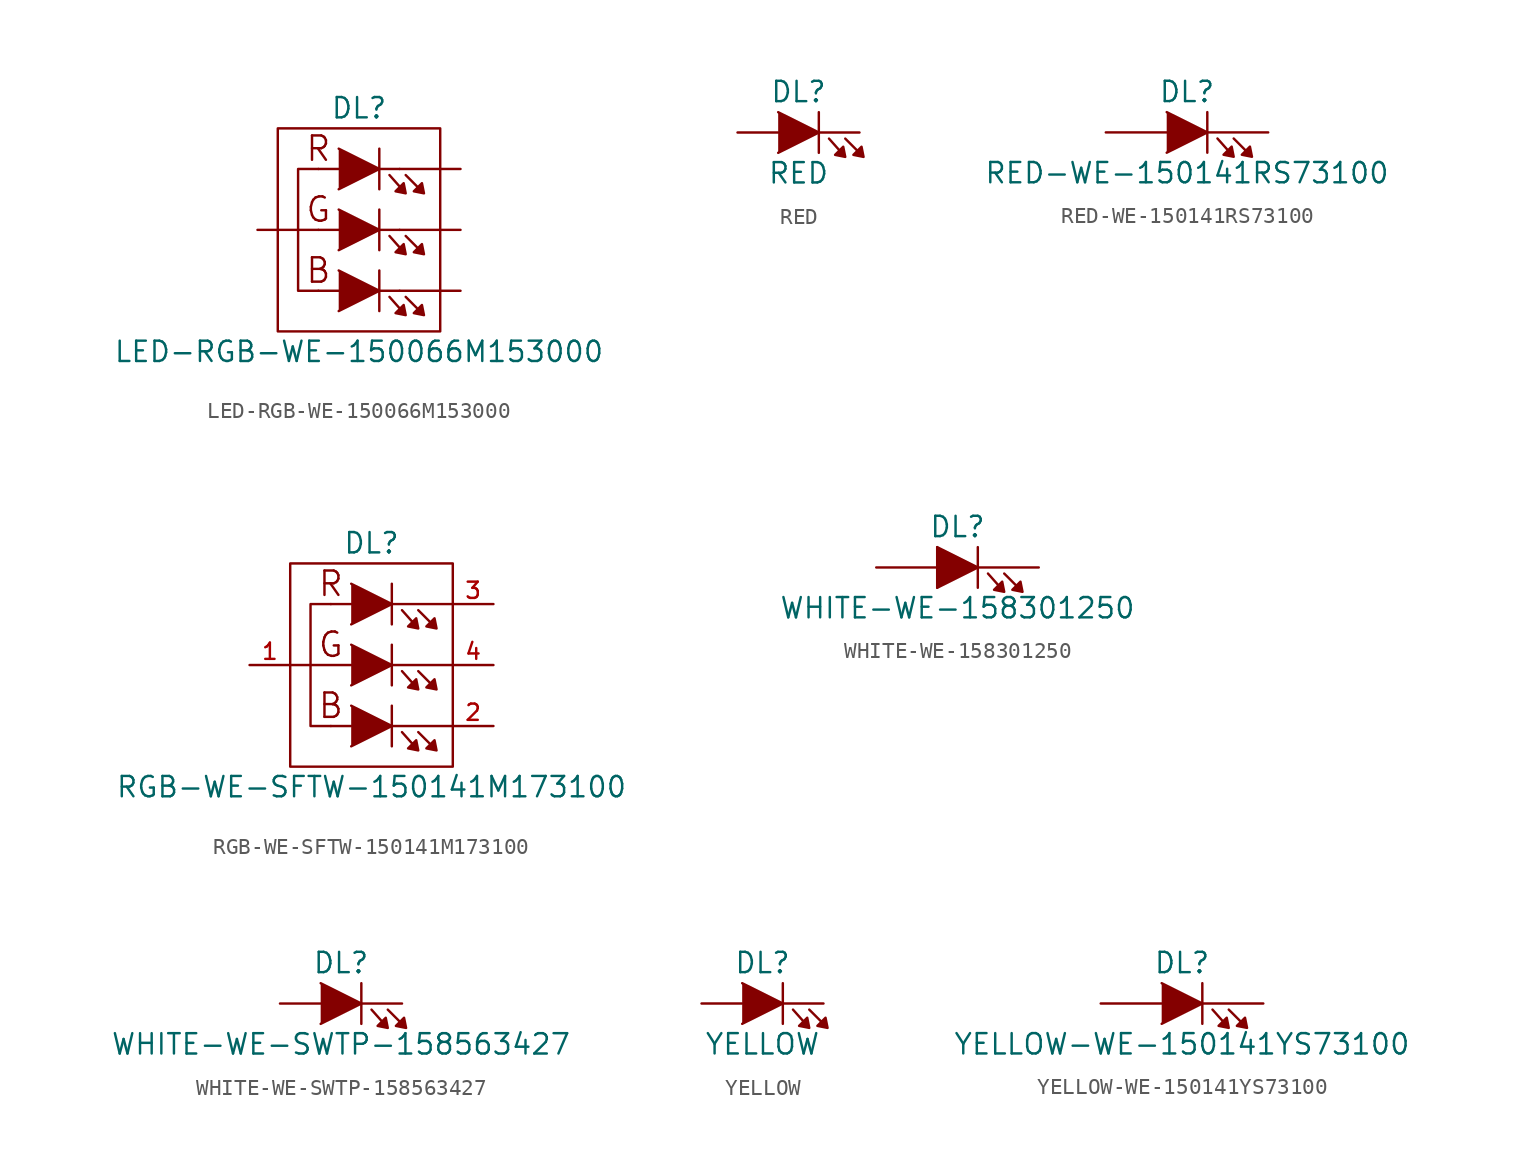
<source format=kicad_sym>
(kicad_symbol_lib
  (version 20201005)
  (generator kicad_symbol_editor)
  (symbol "LED-RGB-WE-150066M153000"
    (pin_numbers hide)
    (pin_names
      (offset 1.016) hide)
    (property "Reference" "DL"
      (at 0 7.62 0)
      (effects (font (size 1.27 1.27))))
    (property "Value" "LED-RGB-WE-150066M153000"
      (at 0 -7.62 0)
      (effects (font (size 1.27 1.27))))
    (symbol "LED-RGB-WE-150066M153000_0_0"
      (text "B" (at -2.54 -2.54 0) (effects (font (size 1.524 1.524))))
      (text "G" (at -2.54 1.27 0) (effects (font (size 1.524 1.524))))
      (text "R" (at -2.54 5.08 0) (effects (font (size 1.524 1.524)))))
    (symbol "LED-RGB-WE-150066M153000_0_1"
      (rectangle (start -5.08 6.35) (end 5.08 -6.35) (stroke (width 0)) (fill (type none)))
      (polyline (pts (xy -2.54 -3.81) (xy -1.27 -3.81)) (stroke (width 0)) (fill (type none)))
      (polyline (pts (xy -2.54 0) (xy -1.27 0)) (stroke (width 0)) (fill (type none)))
      (polyline (pts (xy -2.54 3.81) (xy -1.27 3.81)) (stroke (width 0)) (fill (type none)))
      (polyline (pts (xy 1.27 -2.54) (xy 1.27 -5.08)) (stroke (width 0)) (fill (type none)))
      (polyline (pts (xy 1.27 1.27) (xy 1.27 -1.27)) (stroke (width 0)) (fill (type none)))
      (polyline (pts (xy 1.27 3.81) (xy 2.54 3.81)) (stroke (width 0)) (fill (type none)))
      (polyline (pts (xy 1.27 5.08) (xy 1.27 2.54)) (stroke (width 0)) (fill (type none)))
      (polyline (pts (xy 2.54 -3.81) (xy 1.27 -3.81)) (stroke (width 0)) (fill (type none)))
      (polyline (pts (xy 2.54 0) (xy 1.27 0)) (stroke (width 0)) (fill (type none)))
      (polyline (pts (xy -1.27 -2.54) (xy 1.27 -3.81) (xy -1.27 -5.08)) (stroke (width 0)) (fill (type outline)))
      (polyline (pts (xy -1.27 1.27) (xy 1.27 0) (xy -1.27 -1.27)) (stroke (width 0)) (fill (type outline)))
      (polyline (pts (xy -1.27 5.08) (xy 1.27 3.81) (xy -1.27 2.54)) (stroke (width 0)) (fill (type outline)))
      (polyline (pts (xy -2.54 3.81) (xy -3.81 3.81) (xy -3.81 0) (xy -3.81 -3.81) (xy -2.54 -3.81)) (stroke (width 0)) (fill (type none)))
      (polyline (pts (xy 1.905 -4.191) (xy 2.921 -5.334) (xy 2.794 -4.699) (xy 2.286 -5.207) (xy 2.921 -5.334)) (stroke (width 0)) (fill (type outline)))
      (polyline (pts (xy 1.905 -0.381) (xy 2.921 -1.524) (xy 2.794 -0.889) (xy 2.286 -1.397) (xy 2.921 -1.524)) (stroke (width 0)) (fill (type outline)))
      (polyline (pts (xy 1.905 3.429) (xy 2.921 2.286) (xy 2.794 2.921) (xy 2.286 2.413) (xy 2.921 2.286)) (stroke (width 0)) (fill (type outline)))
      (polyline (pts (xy 2.921 -4.191) (xy 4.064 -5.334) (xy 3.937 -4.699) (xy 3.429 -5.207) (xy 4.064 -5.334)) (stroke (width 0)) (fill (type outline)))
      (polyline (pts (xy 2.921 -0.381) (xy 4.064 -1.524) (xy 3.937 -0.889) (xy 3.429 -1.397) (xy 4.064 -1.524)) (stroke (width 0)) (fill (type outline)))
      (polyline (pts (xy 2.921 3.429) (xy 4.064 2.286) (xy 3.937 2.921) (xy 3.429 2.413) (xy 4.064 2.286)) (stroke (width 0)) (fill (type outline))))
    (symbol "LED-RGB-WE-150066M153000_1_1"
      (pin passive line (at 6.35 3.81 180) (length 3.81) (name "RK" (effects (font (size 1.016 1.016)))) (number "1" (effects (font (size 1.016 1.016)))))
      (pin passive line (at 6.35 0 180) (length 3.81) (name "GK" (effects (font (size 1.016 1.016)))) (number "2" (effects (font (size 1.016 1.016)))))
      (pin passive line (at 6.35 -3.81 180) (length 3.81) (name "BK" (effects (font (size 1.016 1.016)))) (number "3" (effects (font (size 1.016 1.016)))))
      (pin passive line (at -6.35 0 0) (length 3.81) (name "A" (effects (font (size 1.016 1.016)))) (number "4" (effects (font (size 1.016 1.016)))))))
  (symbol "RED"
    (pin_numbers hide)
    (pin_names
      (offset 1.016) hide)
    (property "Reference" "DL"
      (at 0 2.54 0)
      (effects (font (size 1.27 1.27))))
    (property "Value" "RED"
      (at 0 -2.54 0)
      (effects (font (size 1.27 1.27))))
    (symbol "RED_0_1"
      (polyline (pts (xy 1.27 1.27) (xy 1.27 -1.27)) (stroke (width 0)) (fill (type none)))
      (polyline (pts (xy -1.27 1.27) (xy 1.27 0) (xy -1.27 -1.27)) (stroke (width 0)) (fill (type outline)))
      (polyline (pts (xy 1.905 -0.381) (xy 2.921 -1.524) (xy 2.794 -0.889) (xy 2.286 -1.397) (xy 2.921 -1.524)) (stroke (width 0)) (fill (type outline)))
      (polyline (pts (xy 2.921 -0.381) (xy 4.064 -1.524) (xy 3.937 -0.889) (xy 3.429 -1.397) (xy 4.064 -1.524)) (stroke (width 0)) (fill (type outline))))
    (symbol "RED_1_1"
      (pin passive line (at -3.81 0 0) (length 2.54) (name "A" (effects (font (size 1.016 1.016)))) (number "1" (effects (font (size 1.016 1.016)))))
      (pin passive line (at 3.81 0 180) (length 2.54) (name "K" (effects (font (size 1.016 1.016)))) (number "2" (effects (font (size 1.016 1.016)))))))
  (symbol "RED-WE-150141RS73100"
    (pin_numbers hide)
    (pin_names
      (offset 1.016) hide)
    (property "Reference" "DL"
      (at 0 2.54 0)
      (effects (font (size 1.27 1.27))))
    (property "Value" "RED-WE-150141RS73100"
      (at 0 -2.54 0)
      (effects (font (size 1.27 1.27))))
    (symbol "RED-WE-150141RS73100_0_1"
      (polyline (pts (xy 1.27 1.27) (xy 1.27 -1.27)) (stroke (width 0)) (fill (type none)))
      (polyline (pts (xy -1.27 1.27) (xy 1.27 0) (xy -1.27 -1.27)) (stroke (width 0)) (fill (type outline)))
      (polyline (pts (xy 1.905 -0.381) (xy 2.921 -1.524) (xy 2.794 -0.889) (xy 2.286 -1.397) (xy 2.921 -1.524)) (stroke (width 0)) (fill (type outline)))
      (polyline (pts (xy 2.921 -0.381) (xy 4.064 -1.524) (xy 3.937 -0.889) (xy 3.429 -1.397) (xy 4.064 -1.524)) (stroke (width 0)) (fill (type outline))))
    (symbol "RED-WE-150141RS73100_1_1"
      (pin passive line (at 5.08 0 180) (length 3.81) (name "K" (effects (font (size 1.016 1.016)))) (number "1" (effects (font (size 1.016 1.016)))))
      (pin passive line (at -5.08 0 0) (length 3.81) (name "A" (effects (font (size 1.016 1.016)))) (number "2" (effects (font (size 1.016 1.016)))))))
  (symbol "RGB-WE-SFTW-150141M173100"
    (pin_names
      (offset 1.016) hide)
    (property "Reference" "DL"
      (at 0 7.62 0)
      (effects (font (size 1.27 1.27))))
    (property "Value" "RGB-WE-SFTW-150141M173100"
      (at 0 -7.62 0)
      (effects (font (size 1.27 1.27))))
    (symbol "RGB-WE-SFTW-150141M173100_0_0"
      (text "B" (at -2.54 -2.54 0) (effects (font (size 1.524 1.524))))
      (text "G" (at -2.54 1.27 0) (effects (font (size 1.524 1.524))))
      (text "R" (at -2.54 5.08 0) (effects (font (size 1.524 1.524)))))
    (symbol "RGB-WE-SFTW-150141M173100_0_1"
      (rectangle (start -5.08 6.35) (end 5.08 -6.35) (stroke (width 0)) (fill (type none)))
      (polyline (pts (xy -5.08 0) (xy -1.27 0)) (stroke (width 0)) (fill (type none)))
      (polyline (pts (xy -2.54 -3.81) (xy -1.27 -3.81)) (stroke (width 0)) (fill (type none)))
      (polyline (pts (xy -2.54 3.81) (xy -1.27 3.81)) (stroke (width 0)) (fill (type none)))
      (polyline (pts (xy 1.27 -2.54) (xy 1.27 -5.08)) (stroke (width 0)) (fill (type none)))
      (polyline (pts (xy 1.27 1.27) (xy 1.27 -1.27)) (stroke (width 0)) (fill (type none)))
      (polyline (pts (xy 1.27 3.81) (xy 5.08 3.81)) (stroke (width 0)) (fill (type none)))
      (polyline (pts (xy 1.27 5.08) (xy 1.27 2.54)) (stroke (width 0)) (fill (type none)))
      (polyline (pts (xy 5.08 -3.81) (xy 1.27 -3.81)) (stroke (width 0)) (fill (type none)))
      (polyline (pts (xy 5.08 0) (xy 1.27 0)) (stroke (width 0)) (fill (type none)))
      (polyline (pts (xy -1.27 -2.54) (xy 1.27 -3.81) (xy -1.27 -5.08)) (stroke (width 0)) (fill (type outline)))
      (polyline (pts (xy -1.27 1.27) (xy 1.27 0) (xy -1.27 -1.27)) (stroke (width 0)) (fill (type outline)))
      (polyline (pts (xy -1.27 5.08) (xy 1.27 3.81) (xy -1.27 2.54)) (stroke (width 0)) (fill (type outline)))
      (polyline (pts (xy -2.54 3.81) (xy -3.81 3.81) (xy -3.81 0) (xy -3.81 -3.81) (xy -2.54 -3.81)) (stroke (width 0)) (fill (type none)))
      (polyline (pts (xy 1.905 -4.191) (xy 2.921 -5.334) (xy 2.794 -4.699) (xy 2.286 -5.207) (xy 2.921 -5.334)) (stroke (width 0)) (fill (type outline)))
      (polyline (pts (xy 1.905 -0.381) (xy 2.921 -1.524) (xy 2.794 -0.889) (xy 2.286 -1.397) (xy 2.921 -1.524)) (stroke (width 0)) (fill (type outline)))
      (polyline (pts (xy 1.905 3.429) (xy 2.921 2.286) (xy 2.794 2.921) (xy 2.286 2.413) (xy 2.921 2.286)) (stroke (width 0)) (fill (type outline)))
      (polyline (pts (xy 2.921 -4.191) (xy 4.064 -5.334) (xy 3.937 -4.699) (xy 3.429 -5.207) (xy 4.064 -5.334)) (stroke (width 0)) (fill (type outline)))
      (polyline (pts (xy 2.921 -0.381) (xy 4.064 -1.524) (xy 3.937 -0.889) (xy 3.429 -1.397) (xy 4.064 -1.524)) (stroke (width 0)) (fill (type outline)))
      (polyline (pts (xy 2.921 3.429) (xy 4.064 2.286) (xy 3.937 2.921) (xy 3.429 2.413) (xy 4.064 2.286)) (stroke (width 0)) (fill (type outline))))
    (symbol "RGB-WE-SFTW-150141M173100_1_1"
      (pin passive line (at -7.62 0 0) (length 2.54) (name "A" (effects (font (size 1.016 1.016)))) (number "1" (effects (font (size 1.016 1.016)))))
      (pin passive line (at 7.62 -3.81 180) (length 2.54) (name "BK" (effects (font (size 1.016 1.016)))) (number "2" (effects (font (size 1.016 1.016)))))
      (pin passive line (at 7.62 3.81 180) (length 2.54) (name "RK" (effects (font (size 1.016 1.016)))) (number "3" (effects (font (size 1.016 1.016)))))
      (pin passive line (at 7.62 0 180) (length 2.54) (name "GK" (effects (font (size 1.016 1.016)))) (number "4" (effects (font (size 1.016 1.016)))))))
  (symbol "WHITE-WE-158301250"
    (pin_numbers hide)
    (pin_names
      (offset 1.016) hide)
    (property "Reference" "DL"
      (at 0 2.54 0)
      (effects (font (size 1.27 1.27))))
    (property "Value" "WHITE-WE-158301250"
      (at 0 -2.54 0)
      (effects (font (size 1.27 1.27))))
    (symbol "WHITE-WE-158301250_0_1"
      (polyline (pts (xy -1.27 1.27) (xy -1.27 -1.27)) (stroke (width 0)) (fill (type none)))
      (polyline (pts (xy 1.27 1.27) (xy 1.27 -1.27)) (stroke (width 0)) (fill (type none)))
      (polyline (pts (xy -1.27 1.27) (xy 1.27 0) (xy -1.27 -1.27)) (stroke (width 0)) (fill (type outline)))
      (polyline (pts (xy 1.905 -0.381) (xy 2.921 -1.524) (xy 2.794 -0.889) (xy 2.286 -1.397) (xy 2.921 -1.524)) (stroke (width 0)) (fill (type outline)))
      (polyline (pts (xy 2.921 -0.381) (xy 4.064 -1.524) (xy 3.937 -0.889) (xy 3.429 -1.397) (xy 4.064 -1.524)) (stroke (width 0)) (fill (type outline))))
    (symbol "WHITE-WE-158301250_1_1"
      (pin passive line (at 5.08 0 180) (length 3.81) (name "K" (effects (font (size 1.016 1.016)))) (number "1" (effects (font (size 1.016 1.016)))))
      (pin passive line (at -5.08 0 0) (length 3.81) (name "A" (effects (font (size 1.016 1.016)))) (number "2" (effects (font (size 1.016 1.016)))))))
  (symbol "WHITE-WE-SWTP-158563427"
    (pin_numbers hide)
    (pin_names
      (offset 1.016) hide)
    (property "Reference" "DL"
      (at 0 2.54 0)
      (effects (font (size 1.27 1.27))))
    (property "Value" "WHITE-WE-SWTP-158563427"
      (at 0 -2.54 0)
      (effects (font (size 1.27 1.27))))
    (symbol "WHITE-WE-SWTP-158563427_0_1"
      (polyline (pts (xy 1.27 1.27) (xy 1.27 -1.27)) (stroke (width 0)) (fill (type none)))
      (polyline (pts (xy -1.27 1.27) (xy 1.27 0) (xy -1.27 -1.27)) (stroke (width 0)) (fill (type outline)))
      (polyline (pts (xy 1.905 -0.381) (xy 2.921 -1.524) (xy 2.794 -0.889) (xy 2.286 -1.397) (xy 2.921 -1.524)) (stroke (width 0)) (fill (type outline)))
      (polyline (pts (xy 2.921 -0.381) (xy 4.064 -1.524) (xy 3.937 -0.889) (xy 3.429 -1.397) (xy 4.064 -1.524)) (stroke (width 0)) (fill (type outline))))
    (symbol "WHITE-WE-SWTP-158563427_1_1"
      (pin passive line (at -3.81 0 0) (length 2.54) (name "A" (effects (font (size 1.016 1.016)))) (number "1" (effects (font (size 1.016 1.016)))))
      (pin passive line (at 3.81 0 180) (length 2.54) (name "K" (effects (font (size 1.016 1.016)))) (number "2" (effects (font (size 1.016 1.016)))))))
  (symbol "YELLOW"
    (pin_numbers hide)
    (pin_names
      (offset 1.016) hide)
    (property "Reference" "DL"
      (at 0 2.54 0)
      (effects (font (size 1.27 1.27))))
    (property "Value" "YELLOW"
      (at 0 -2.54 0)
      (effects (font (size 1.27 1.27))))
    (symbol "YELLOW_0_1"
      (polyline (pts (xy 1.27 1.27) (xy 1.27 -1.27)) (stroke (width 0)) (fill (type none)))
      (polyline (pts (xy -1.27 1.27) (xy 1.27 0) (xy -1.27 -1.27)) (stroke (width 0)) (fill (type outline)))
      (polyline (pts (xy 1.905 -0.381) (xy 2.921 -1.524) (xy 2.794 -0.889) (xy 2.286 -1.397) (xy 2.921 -1.524)) (stroke (width 0)) (fill (type outline)))
      (polyline (pts (xy 2.921 -0.381) (xy 4.064 -1.524) (xy 3.937 -0.889) (xy 3.429 -1.397) (xy 4.064 -1.524)) (stroke (width 0)) (fill (type outline))))
    (symbol "YELLOW_1_1"
      (pin passive line (at -3.81 0 0) (length 2.54) (name "A" (effects (font (size 1.016 1.016)))) (number "1" (effects (font (size 1.016 1.016)))))
      (pin passive line (at 3.81 0 180) (length 2.54) (name "K" (effects (font (size 1.016 1.016)))) (number "2" (effects (font (size 1.016 1.016)))))))
  (symbol "YELLOW-WE-150141YS73100"
    (pin_numbers hide)
    (pin_names
      (offset 1.016) hide)
    (property "Reference" "DL"
      (at 0 2.54 0)
      (effects (font (size 1.27 1.27))))
    (property "Value" "YELLOW-WE-150141YS73100"
      (at 0 -2.54 0)
      (effects (font (size 1.27 1.27))))
    (symbol "YELLOW-WE-150141YS73100_0_1"
      (polyline (pts (xy 1.27 1.27) (xy 1.27 -1.27)) (stroke (width 0)) (fill (type none)))
      (polyline (pts (xy -1.27 1.27) (xy 1.27 0) (xy -1.27 -1.27)) (stroke (width 0)) (fill (type outline)))
      (polyline (pts (xy 1.905 -0.381) (xy 2.921 -1.524) (xy 2.794 -0.889) (xy 2.286 -1.397) (xy 2.921 -1.524)) (stroke (width 0)) (fill (type outline)))
      (polyline (pts (xy 2.921 -0.381) (xy 4.064 -1.524) (xy 3.937 -0.889) (xy 3.429 -1.397) (xy 4.064 -1.524)) (stroke (width 0)) (fill (type outline))))
    (symbol "YELLOW-WE-150141YS73100_1_1"
      (pin passive line (at 5.08 0 180) (length 3.81) (name "K" (effects (font (size 1.016 1.016)))) (number "1" (effects (font (size 1.016 1.016)))))
      (pin passive line (at -5.08 0 0) (length 3.81) (name "A" (effects (font (size 1.016 1.016)))) (number "2" (effects (font (size 1.016 1.016))))))))
</source>
